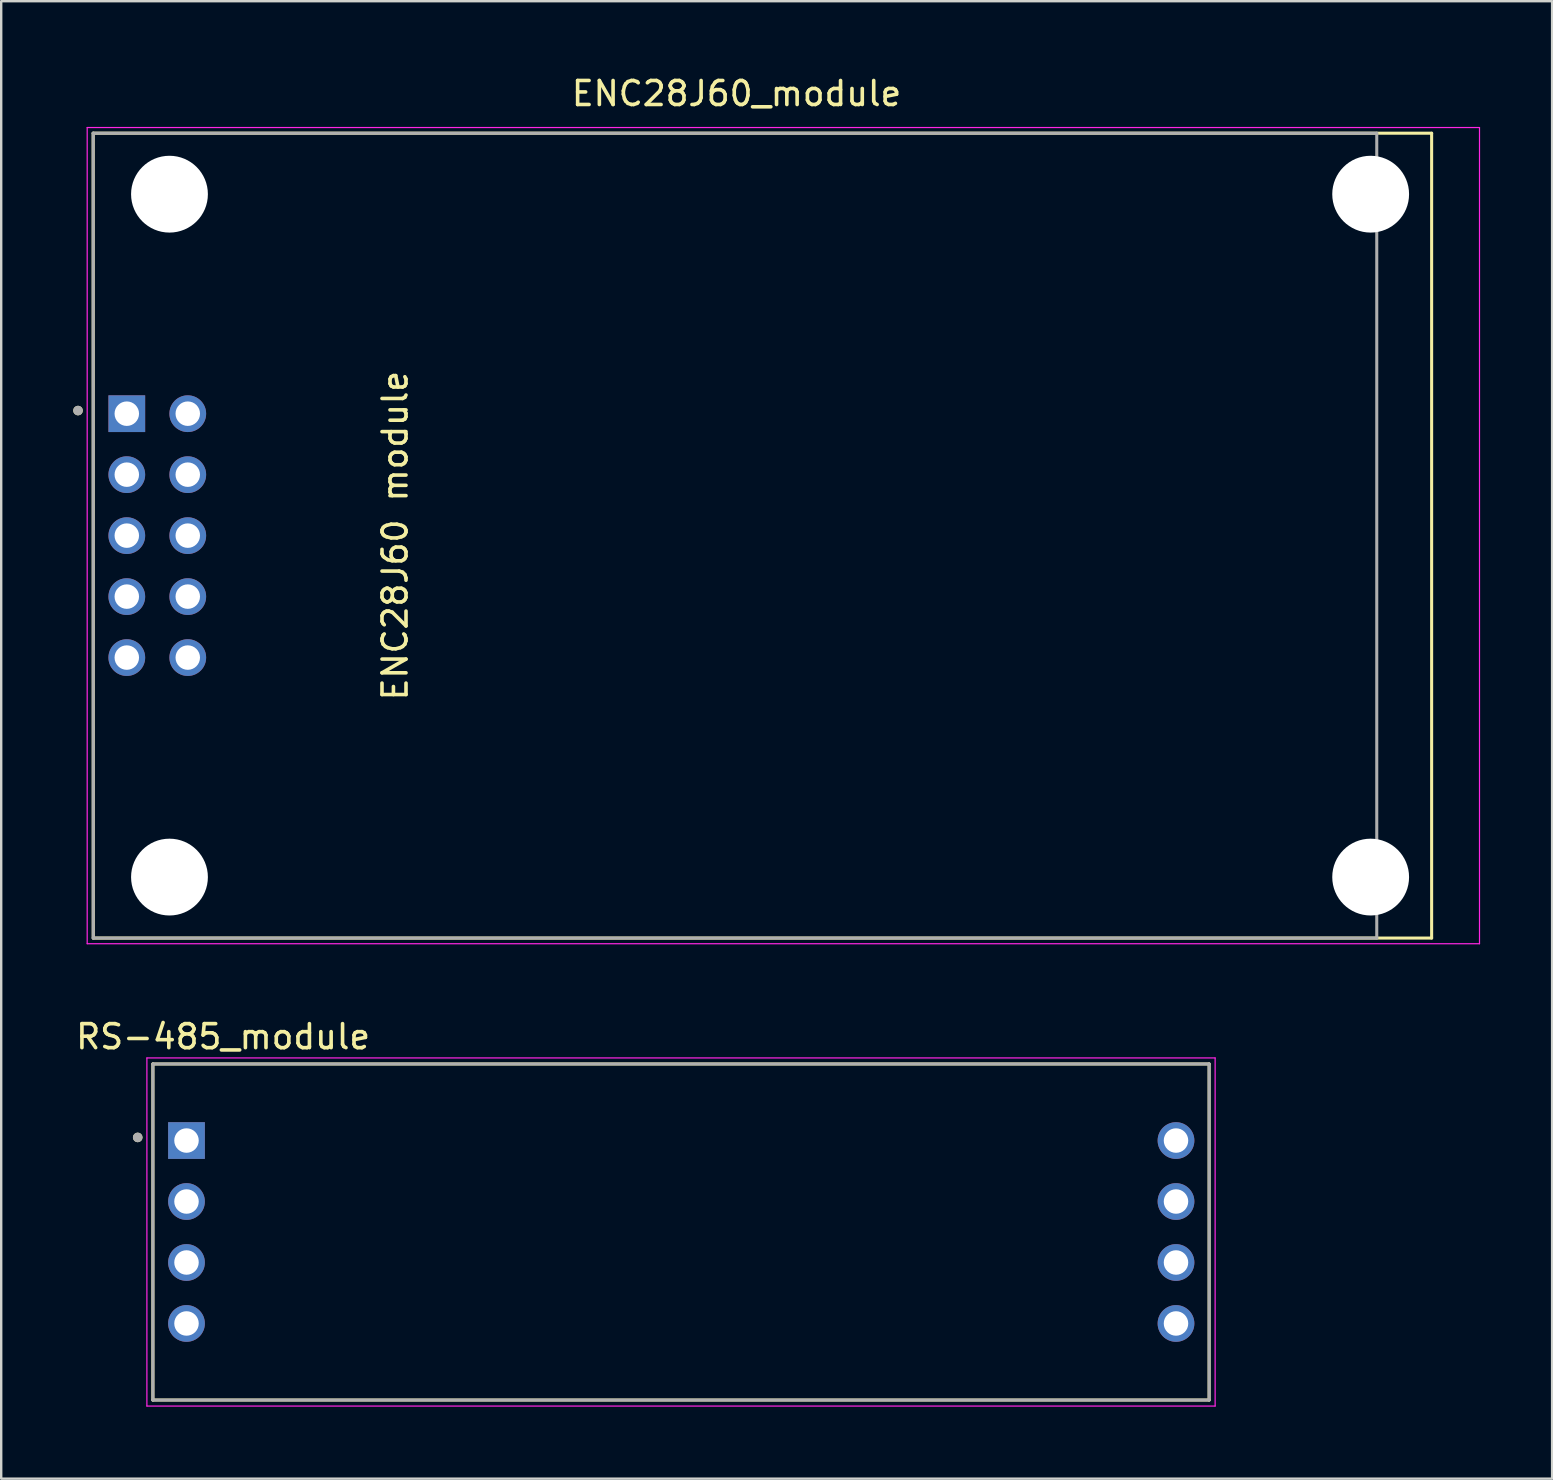
<source format=kicad_pcb>
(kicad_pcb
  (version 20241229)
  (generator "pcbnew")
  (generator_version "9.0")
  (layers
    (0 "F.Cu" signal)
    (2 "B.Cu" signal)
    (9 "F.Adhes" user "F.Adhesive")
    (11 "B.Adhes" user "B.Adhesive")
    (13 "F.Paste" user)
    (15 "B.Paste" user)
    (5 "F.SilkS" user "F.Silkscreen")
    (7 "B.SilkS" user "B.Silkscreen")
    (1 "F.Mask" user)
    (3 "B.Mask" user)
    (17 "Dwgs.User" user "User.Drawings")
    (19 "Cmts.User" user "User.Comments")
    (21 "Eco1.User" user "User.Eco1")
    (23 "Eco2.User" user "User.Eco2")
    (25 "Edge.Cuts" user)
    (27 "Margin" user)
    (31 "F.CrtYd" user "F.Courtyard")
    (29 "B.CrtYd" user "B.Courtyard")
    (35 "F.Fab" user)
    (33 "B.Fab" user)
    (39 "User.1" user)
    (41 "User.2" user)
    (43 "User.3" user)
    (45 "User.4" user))
  (footprint "ENC28J60_module"
    (layer "F.Cu")
    (at 2.232 14.183)
    (property "Reference" "ENC28J60_module" (at 25.4 -13.335 0) (layer "F.SilkS") (effects (font (size 1 1) (thickness 0.15))))
    (attr through_hole)
    (fp_line (start -1.4 -11.684) (end 54.356 -11.684) (stroke (width 0.127) (type solid)) (layer "F.SilkS"))
    (fp_line (start -1.397 21.844) (end -1.4 -11.684) (stroke (width 0.127) (type solid)) (layer "F.SilkS"))
    (fp_line (start 54.356 -11.684) (end 54.356 21.844) (stroke (width 0.127) (type solid)) (layer "F.SilkS"))
    (fp_line (start 54.356 21.844) (end -1.397 21.844) (stroke (width 0.127) (type solid)) (layer "F.SilkS"))
    (fp_circle (center -2.032 -0.13) (end -1.932 -0.13) (stroke (width 0.2) (type solid)) (fill no) (layer "F.SilkS"))
    (fp_line (start -1.65 -11.92) (end -1.65 22.08) (stroke (width 0.05) (type solid)) (layer "F.CrtYd"))
    (fp_line (start -1.65 22.08) (end 56.35 22.08) (stroke (width 0.05) (type solid)) (layer "F.CrtYd"))
    (fp_line (start 56.35 -11.92) (end -1.65 -11.92) (stroke (width 0.05) (type solid)) (layer "F.CrtYd"))
    (fp_line (start 56.35 -11.92) (end 56.35 22.08) (stroke (width 0.05) (type solid)) (layer "F.CrtYd"))
    (fp_line (start -1.4 -11.684) (end 52.07 -11.684) (stroke (width 0.127) (type solid)) (layer "F.Fab"))
    (fp_line (start -1.397 21.844) (end -1.4 -11.684) (stroke (width 0.127) (type solid)) (layer "F.Fab"))
    (fp_line (start 52.07 -11.684) (end 52.07 21.844) (stroke (width 0.127) (type solid)) (layer "F.Fab"))
    (fp_line (start 52.07 21.844) (end -1.397 21.844) (stroke (width 0.127) (type solid)) (layer "F.Fab"))
    (fp_circle (center -2.032 -0.13) (end -1.932 -0.13) (stroke (width 0.2) (type solid)) (fill no) (layer "F.Fab"))
    (fp_text user "ENC28J60 module" (at 11.176 5.08 90) (unlocked yes) (layer "F.SilkS") (effects (font (size 1 1) (thickness 0.15))))
    (pad "" np_thru_hole circle (at 1.778 -9.144) (size 3.2 3.2) (drill 3.2) (layers "*.Cu" "*.Mask"))
    (pad "" np_thru_hole circle (at 1.778 19.304) (size 3.2 3.2) (drill 3.2) (layers "*.Cu" "*.Mask"))
    (pad "" np_thru_hole circle (at 51.816 -9.144) (size 3.2 3.2) (drill 3.2) (layers "*.Cu" "*.Mask"))
    (pad "" np_thru_hole circle (at 51.816 19.304) (size 3.2 3.2) (drill 3.2) (layers "*.Cu" "*.Mask"))
    (pad "1" thru_hole rect (at 0 0) (size 1.53 1.53) (drill 1.02) (layers "*.Cu" "*.Mask"))
    (pad "2" thru_hole circle (at 2.54 0) (size 1.53 1.53) (drill 1.02) (layers "*.Cu" "*.Mask"))
    (pad "3" thru_hole circle (at 0 2.54) (size 1.53 1.53) (drill 1.02) (layers "*.Cu" "*.Mask"))
    (pad "4" thru_hole circle (at 2.54 2.54) (size 1.53 1.53) (drill 1.02) (layers "*.Cu" "*.Mask"))
    (pad "5" thru_hole circle (at 0 5.08) (size 1.53 1.53) (drill 1.02) (layers "*.Cu" "*.Mask"))
    (pad "6" thru_hole circle (at 2.54 5.08) (size 1.53 1.53) (drill 1.02) (layers "*.Cu" "*.Mask"))
    (pad "7" thru_hole circle (at 0 7.62) (size 1.53 1.53) (drill 1.02) (layers "*.Cu" "*.Mask"))
    (pad "8" thru_hole circle (at 2.54 7.62) (size 1.53 1.53) (drill 1.02) (layers "*.Cu" "*.Mask"))
    (pad "9" thru_hole circle (at 0 10.16) (size 1.53 1.53) (drill 1.02) (layers "*.Cu" "*.Mask"))
    (pad "10" thru_hole circle (at 2.54 10.16) (size 1.53 1.53) (drill 1.02) (layers "*.Cu" "*.Mask")))
  (footprint "RS-485_module"
    (layer "F.Cu")
    (at 4.719 44.462)
    (property "Reference" "RS-485_module" (at 1.525 -4.325 0) (layer "F.SilkS") (effects (font (size 1 1) (thickness 0.15))))
    (attr through_hole)
    (fp_line (start -1.4 -3.19) (end 42.6 -3.19) (stroke (width 0.127) (type solid)) (layer "F.SilkS"))
    (fp_line (start -1.4 10.81) (end -1.4 -3.19) (stroke (width 0.127) (type solid)) (layer "F.SilkS"))
    (fp_line (start 42.6 -3.19) (end 42.6 10.81) (stroke (width 0.127) (type solid)) (layer "F.SilkS"))
    (fp_line (start 42.6 10.81) (end -1.4 10.81) (stroke (width 0.127) (type solid)) (layer "F.SilkS"))
    (fp_circle (center -2.032 -0.13) (end -1.932 -0.13) (stroke (width 0.2) (type solid)) (fill no) (layer "F.SilkS"))
    (fp_line (start -1.65 -3.44) (end -1.65 11.06) (stroke (width 0.05) (type solid)) (layer "F.CrtYd"))
    (fp_line (start -1.65 11.06) (end 42.85 11.06) (stroke (width 0.05) (type solid)) (layer "F.CrtYd"))
    (fp_line (start 42.85 -3.44) (end -1.65 -3.44) (stroke (width 0.05) (type solid)) (layer "F.CrtYd"))
    (fp_line (start 42.85 11.06) (end 42.85 -3.44) (stroke (width 0.05) (type solid)) (layer "F.CrtYd"))
    (fp_line (start -1.4 -3.19) (end 42.6 -3.19) (stroke (width 0.127) (type solid)) (layer "F.Fab"))
    (fp_line (start -1.4 10.81) (end -1.4 -3.19) (stroke (width 0.127) (type solid)) (layer "F.Fab"))
    (fp_line (start 42.6 -3.19) (end 42.6 10.81) (stroke (width 0.127) (type solid)) (layer "F.Fab"))
    (fp_line (start 42.6 10.81) (end -1.4 10.81) (stroke (width 0.127) (type solid)) (layer "F.Fab"))
    (fp_circle (center -2.032 -0.13) (end -1.932 -0.13) (stroke (width 0.2) (type solid)) (fill no) (layer "F.Fab"))
    (pad "1" thru_hole rect (at 0 0) (size 1.53 1.53) (drill 1.02) (layers "*.Cu" "*.Mask"))
    (pad "2" thru_hole circle (at 0 2.54) (size 1.53 1.53) (drill 1.02) (layers "*.Cu" "*.Mask"))
    (pad "3" thru_hole circle (at 0 5.08) (size 1.53 1.53) (drill 1.02) (layers "*.Cu" "*.Mask"))
    (pad "4" thru_hole circle (at 0 7.62) (size 1.53 1.53) (drill 1.02) (layers "*.Cu" "*.Mask"))
    (pad "5" thru_hole circle (at 41.22 7.62) (size 1.53 1.53) (drill 1.02) (layers "*.Cu" "*.Mask"))
    (pad "6" thru_hole circle (at 41.22 5.08) (size 1.53 1.53) (drill 1.02) (layers "*.Cu" "*.Mask"))
    (pad "7" thru_hole circle (at 41.22 2.54) (size 1.53 1.53) (drill 1.02) (layers "*.Cu" "*.Mask"))
    (pad "8" thru_hole circle (at 41.22 0) (size 1.53 1.53) (drill 1.02) (layers "*.Cu" "*.Mask")))
  (gr_rect
    (start -3 -3)
    (end 61.607 58.547)
    (stroke (width 0.1) (type default))
    (fill no)
    (layer "Edge.Cuts")))
</source>
